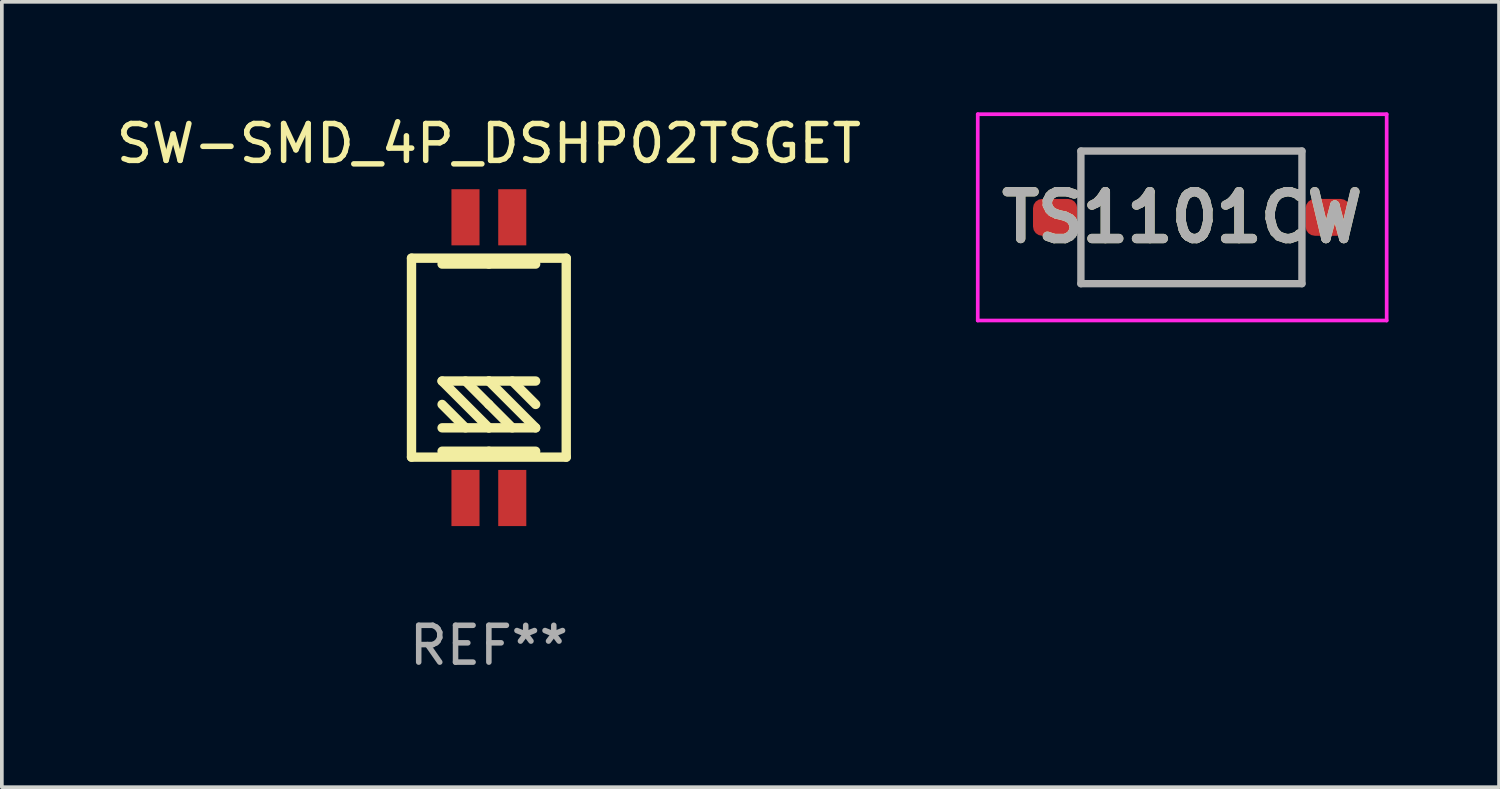
<source format=kicad_pcb>
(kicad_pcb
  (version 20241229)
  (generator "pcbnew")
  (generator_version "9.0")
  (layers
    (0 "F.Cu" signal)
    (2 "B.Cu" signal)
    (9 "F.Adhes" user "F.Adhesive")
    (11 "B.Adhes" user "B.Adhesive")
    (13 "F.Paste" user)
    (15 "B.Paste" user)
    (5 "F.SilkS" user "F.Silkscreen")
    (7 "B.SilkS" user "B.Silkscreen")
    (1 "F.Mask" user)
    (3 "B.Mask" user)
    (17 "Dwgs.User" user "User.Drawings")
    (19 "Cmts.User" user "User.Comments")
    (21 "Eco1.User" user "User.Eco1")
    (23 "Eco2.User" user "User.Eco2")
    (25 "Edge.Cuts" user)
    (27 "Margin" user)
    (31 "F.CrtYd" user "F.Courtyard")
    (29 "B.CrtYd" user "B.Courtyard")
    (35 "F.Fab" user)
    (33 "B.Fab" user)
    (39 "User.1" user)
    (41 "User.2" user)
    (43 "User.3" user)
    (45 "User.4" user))
  (footprint "SW-SMD_4P_DSHP02TSGET"
    (layer "F.Cu")
    (at 10.22 6.658)
    (property "Reference" "SW-SMD_4P_DSHP02TSGET" (at 0 -5.81 0) (layer "F.SilkS") (effects (font (size 1 1) (thickness 0.15))))
    (attr through_hole)
    (fp_line (start -2.1 -2.7) (end -2.1 2.7) (stroke (width 0.254) (type solid)) (layer "F.SilkS"))
    (fp_line (start -2.1 2.7) (end 2.1 2.7) (stroke (width 0.254) (type solid)) (layer "F.SilkS"))
    (fp_line (start -1.27 -2.54) (end 0 -2.54) (stroke (width 0.254) (type solid)) (layer "F.SilkS"))
    (fp_line (start -1.27 0.635) (end 0 1.905) (stroke (width 0.254) (type solid)) (layer "F.SilkS"))
    (fp_line (start -1.27 1.27) (end -0.635 1.905) (stroke (width 0.254) (type solid)) (layer "F.SilkS"))
    (fp_line (start -0.635 0.635) (end 0 1.27) (stroke (width 0.254) (type solid)) (layer "F.SilkS"))
    (fp_line (start 0 0.635) (end -1.27 0.635) (stroke (width 0.254) (type solid)) (layer "F.SilkS"))
    (fp_line (start 0 1.27) (end 0.635 1.905) (stroke (width 0.254) (type solid)) (layer "F.SilkS"))
    (fp_line (start 0 1.905) (end -1.27 1.905) (stroke (width 0.254) (type solid)) (layer "F.SilkS"))
    (fp_line (start 0 1.905) (end 1.27 1.905) (stroke (width 0.254) (type solid)) (layer "F.SilkS"))
    (fp_line (start 0 2.54) (end -1.27 2.54) (stroke (width 0.254) (type solid)) (layer "F.SilkS"))
    (fp_line (start 0 2.54) (end 1.27 2.54) (stroke (width 0.254) (type solid)) (layer "F.SilkS"))
    (fp_line (start 0.635 0.635) (end 1.27 1.27) (stroke (width 0.254) (type solid)) (layer "F.SilkS"))
    (fp_line (start 1.27 -2.54) (end 0 -2.54) (stroke (width 0.254) (type solid)) (layer "F.SilkS"))
    (fp_line (start 1.27 0.635) (end 0 0.635) (stroke (width 0.254) (type solid)) (layer "F.SilkS"))
    (fp_line (start 1.27 1.905) (end 0 0.635) (stroke (width 0.254) (type solid)) (layer "F.SilkS"))
    (fp_line (start 2.1 -2.7) (end -2.1 -2.7) (stroke (width 0.254) (type solid)) (layer "F.SilkS"))
    (fp_line (start 2.1 2.7) (end 2.1 -2.7) (stroke (width 0.254) (type solid)) (layer "F.SilkS"))
    (fp_text user "REF**" (at 0 7.81 0) (layer "F.Fab") (effects (font (size 1 1) (thickness 0.15))))
    (pad "1" smd rect (at -0.635 3.81 270) (size 1.524 0.762) (layers "F.Cu" "F.Mask" "F.Paste"))
    (pad "2" smd rect (at 0.635 3.81 270) (size 1.524 0.762) (layers "F.Cu" "F.Mask" "F.Paste"))
    (pad "3" smd rect (at 0.635 -3.81 270) (size 1.524 0.762) (layers "F.Cu" "F.Mask" "F.Paste"))
    (pad "4" smd rect (at -0.635 -3.81 270) (size 1.524 0.762) (layers "F.Cu" "F.Mask" "F.Paste")))
  (footprint "TS1101CW"
    (layer "F.Cu")
    (at 29.29 2.85)
    (property "Reference" "TS1101CW" (at -0.25 0 0) (layer "F.SilkS") (effects (font (size 1.27 1.27) (thickness 0.254))))
    (attr smd)
    (fp_line (start -3 -1.8) (end 3 -1.8) (stroke (width 0.1) (type solid)) (layer "F.SilkS"))
    (fp_line (start -3 -0.9) (end -3 -1.8) (stroke (width 0.1) (type solid)) (layer "F.SilkS"))
    (fp_line (start -3 0.9) (end -3 1.8) (stroke (width 0.1) (type solid)) (layer "F.SilkS"))
    (fp_line (start -3 1.8) (end 3 1.8) (stroke (width 0.1) (type solid)) (layer "F.SilkS"))
    (fp_line (start 3 -1.8) (end 3 -0.9) (stroke (width 0.1) (type solid)) (layer "F.SilkS"))
    (fp_line (start 3 1.8) (end 3 0.9) (stroke (width 0.1) (type solid)) (layer "F.SilkS"))
    (fp_line (start -5.8 -2.8) (end 5.3 -2.8) (stroke (width 0.1) (type solid)) (layer "F.CrtYd"))
    (fp_line (start -5.8 2.8) (end -5.8 -2.8) (stroke (width 0.1) (type solid)) (layer "F.CrtYd"))
    (fp_line (start 5.3 -2.8) (end 5.3 2.8) (stroke (width 0.1) (type solid)) (layer "F.CrtYd"))
    (fp_line (start 5.3 2.8) (end -5.8 2.8) (stroke (width 0.1) (type solid)) (layer "F.CrtYd"))
    (fp_line (start -3 -1.8) (end 3 -1.8) (stroke (width 0.2) (type solid)) (layer "F.Fab"))
    (fp_line (start -3 1.8) (end -3 -1.8) (stroke (width 0.2) (type solid)) (layer "F.Fab"))
    (fp_line (start 3 -1.8) (end 3 1.8) (stroke (width 0.2) (type solid)) (layer "F.Fab"))
    (fp_line (start 3 1.8) (end -3 1.8) (stroke (width 0.2) (type solid)) (layer "F.Fab"))
    (fp_text user "${REFERENCE}" (at -0.25 0 0) (layer "F.Fab") (effects (font (size 1.27 1.27) (thickness 0.254))))
    (pad "1" smd roundrect (at -3.7 0 90) (size 1 1.2) (layers "F.Cu" "F.Mask" "F.Paste") (roundrect_rratio 0.25))
    (pad "2" smd roundrect (at 3.7 0 90) (size 1 1.2) (layers "F.Cu" "F.Mask" "F.Paste") (roundrect_rratio 0.25)))
  (gr_rect
    (start -3 -3)
    (end 37.64 18.317)
    (stroke (width 0.1) (type default))
    (fill no)
    (layer "Edge.Cuts")))
</source>
